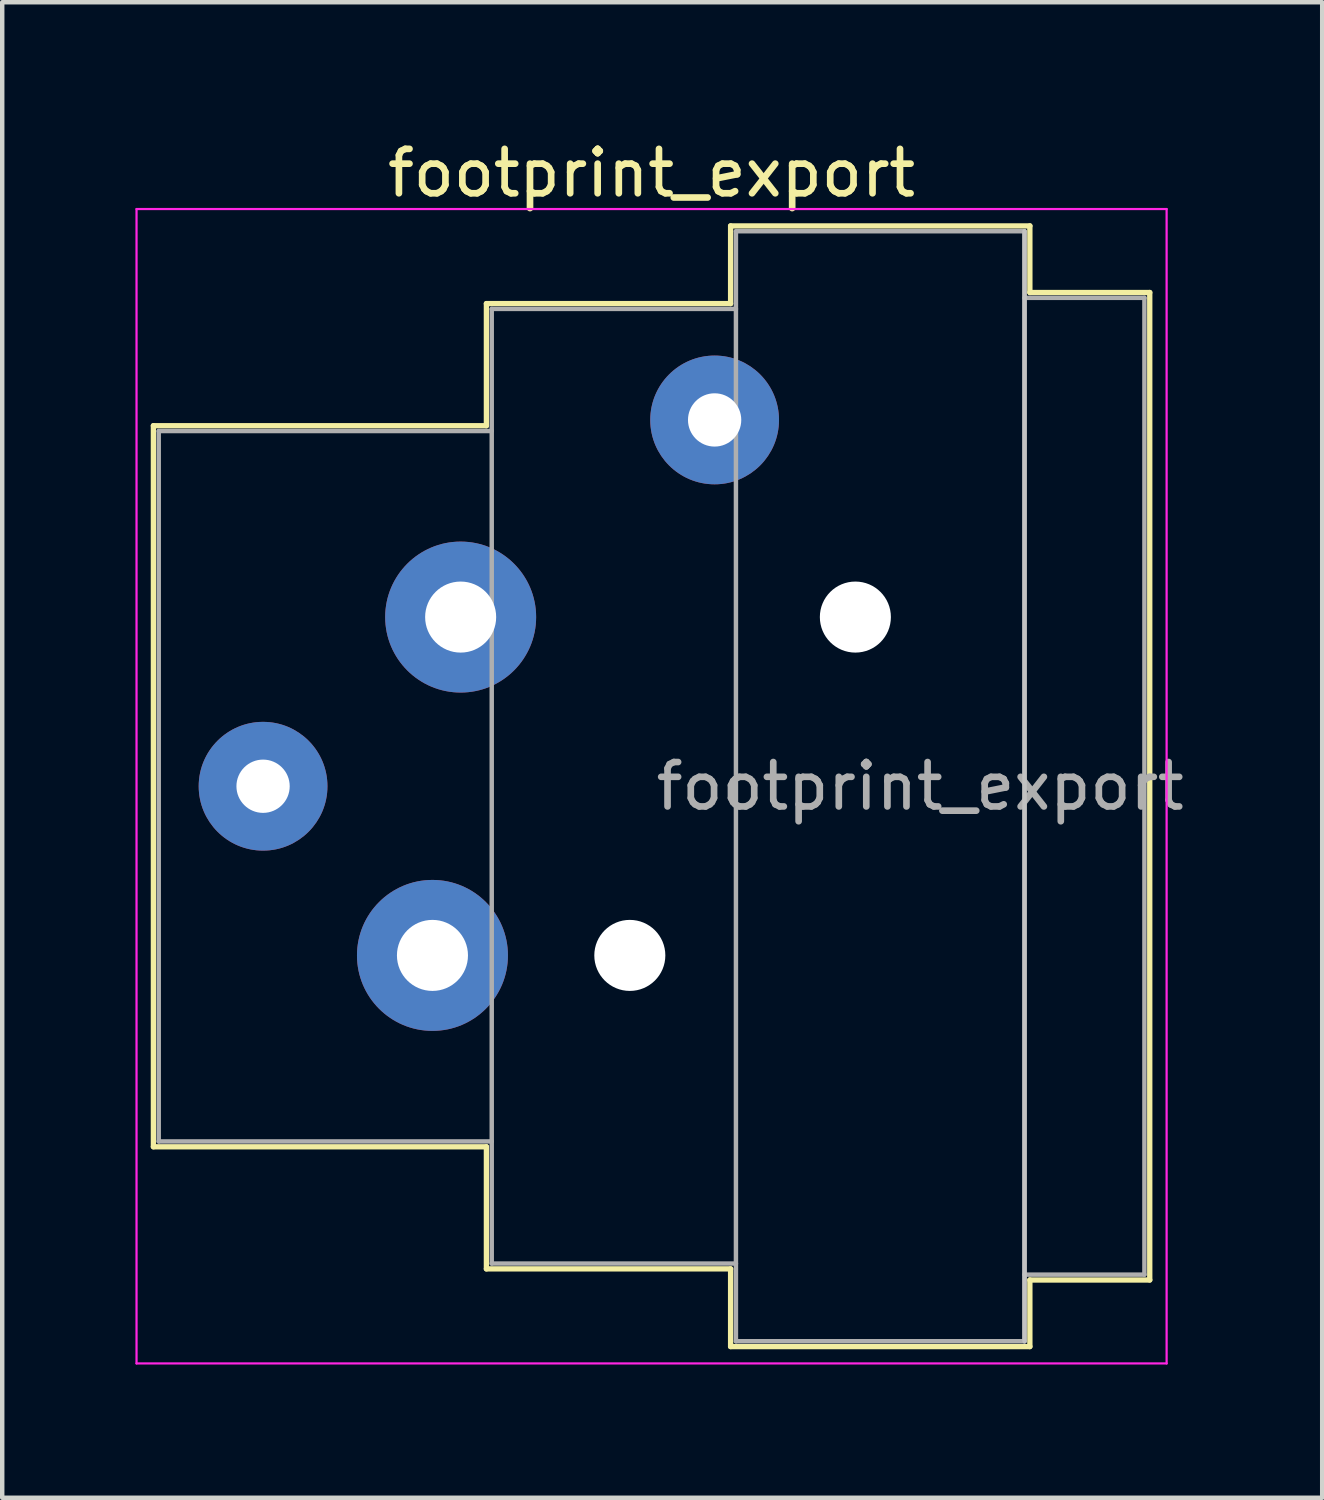
<source format=kicad_pcb>
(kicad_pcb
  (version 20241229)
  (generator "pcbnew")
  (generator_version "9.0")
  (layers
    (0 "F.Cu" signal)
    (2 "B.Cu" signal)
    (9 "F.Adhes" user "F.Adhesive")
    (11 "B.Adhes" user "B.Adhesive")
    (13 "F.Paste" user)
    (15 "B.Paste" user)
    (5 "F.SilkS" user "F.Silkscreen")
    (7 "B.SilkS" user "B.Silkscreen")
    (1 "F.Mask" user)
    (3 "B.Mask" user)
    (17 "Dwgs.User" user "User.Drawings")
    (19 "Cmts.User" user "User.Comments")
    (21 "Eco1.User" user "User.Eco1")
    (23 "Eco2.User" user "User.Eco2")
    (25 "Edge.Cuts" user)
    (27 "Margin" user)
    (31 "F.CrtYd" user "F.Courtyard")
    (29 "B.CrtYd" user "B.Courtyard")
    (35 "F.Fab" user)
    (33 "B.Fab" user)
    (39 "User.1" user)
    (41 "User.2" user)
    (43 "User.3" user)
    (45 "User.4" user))
  (footprint "footprint_export"
    (layer "F.Cu")
    (at 7.325 10.848)
    (property "Reference" "footprint_export" (at 4.3 -10 0) (layer "F.SilkS") (effects (font (size 1 1) (thickness 0.15))))
    (attr through_hole)
    (fp_line (start -6.92 -4.31) (end -6.92 11.93) (stroke (width 0.12) (type solid)) (layer "F.SilkS"))
    (fp_line (start 0.58 -7.06) (end 0.58 -4.31) (stroke (width 0.12) (type solid)) (layer "F.SilkS"))
    (fp_line (start 0.58 -4.31) (end -6.92 -4.31) (stroke (width 0.12) (type solid)) (layer "F.SilkS"))
    (fp_line (start 0.58 11.93) (end -6.92 11.93) (stroke (width 0.12) (type solid)) (layer "F.SilkS"))
    (fp_line (start 0.58 11.93) (end 0.58 14.68) (stroke (width 0.12) (type solid)) (layer "F.SilkS"))
    (fp_line (start 6.08 -7.06) (end 0.58 -7.06) (stroke (width 0.12) (type solid)) (layer "F.SilkS"))
    (fp_line (start 6.08 -7.06) (end 6.08 -8.81) (stroke (width 0.12) (type solid)) (layer "F.SilkS"))
    (fp_line (start 6.08 14.68) (end 0.58 14.68) (stroke (width 0.12) (type solid)) (layer "F.SilkS"))
    (fp_line (start 6.08 16.43) (end 6.08 14.68) (stroke (width 0.12) (type solid)) (layer "F.SilkS"))
    (fp_line (start 12.82 -8.81) (end 6.08 -8.81) (stroke (width 0.12) (type solid)) (layer "F.SilkS"))
    (fp_line (start 12.82 -8.81) (end 12.82 -7.31) (stroke (width 0.12) (type solid)) (layer "F.SilkS"))
    (fp_line (start 12.82 -7.31) (end 15.52 -7.31) (stroke (width 0.12) (type solid)) (layer "F.SilkS"))
    (fp_line (start 12.82 14.93) (end 12.82 16.43) (stroke (width 0.12) (type solid)) (layer "F.SilkS"))
    (fp_line (start 12.82 14.93) (end 15.52 14.93) (stroke (width 0.12) (type solid)) (layer "F.SilkS"))
    (fp_line (start 12.82 16.43) (end 6.08 16.43) (stroke (width 0.12) (type solid)) (layer "F.SilkS"))
    (fp_line (start 15.52 -7.31) (end 15.52 14.93) (stroke (width 0.12) (type solid)) (layer "F.SilkS"))
    (fp_line (start 12.7 -8.69) (end 12.7 16.31) (stroke (width 0.1) (type solid)) (layer "Dwgs.User"))
    (fp_line (start -7.3 -9.19) (end -7.3 16.81) (stroke (width 0.05) (type solid)) (layer "F.CrtYd"))
    (fp_line (start 15.9 -9.19) (end -7.3 -9.19) (stroke (width 0.05) (type solid)) (layer "F.CrtYd"))
    (fp_line (start 15.9 -9.19) (end 15.9 16.81) (stroke (width 0.05) (type solid)) (layer "F.CrtYd"))
    (fp_line (start 15.9 16.81) (end -7.3 16.81) (stroke (width 0.05) (type solid)) (layer "F.CrtYd"))
    (fp_line (start -6.8 -4.19) (end -6.8 11.81) (stroke (width 0.1) (type solid)) (layer "F.Fab"))
    (fp_line (start -6.8 11.81) (end 0.7 11.81) (stroke (width 0.1) (type solid)) (layer "F.Fab"))
    (fp_line (start 0.7 -6.94) (end 0.7 14.56) (stroke (width 0.1) (type solid)) (layer "F.Fab"))
    (fp_line (start 0.7 -4.19) (end -6.8 -4.19) (stroke (width 0.1) (type solid)) (layer "F.Fab"))
    (fp_line (start 0.7 14.56) (end 6.2 14.56) (stroke (width 0.1) (type solid)) (layer "F.Fab"))
    (fp_line (start 6.2 -8.69) (end 12.7 -8.69) (stroke (width 0.1) (type solid)) (layer "F.Fab"))
    (fp_line (start 6.2 -6.94) (end 0.7 -6.94) (stroke (width 0.1) (type solid)) (layer "F.Fab"))
    (fp_line (start 6.2 16.31) (end 6.2 -8.69) (stroke (width 0.1) (type solid)) (layer "F.Fab"))
    (fp_line (start 12.7 -8.69) (end 12.7 16.31) (stroke (width 0.1) (type solid)) (layer "F.Fab"))
    (fp_line (start 12.7 -7.19) (end 15.4 -7.19) (stroke (width 0.1) (type solid)) (layer "F.Fab"))
    (fp_line (start 12.7 16.31) (end 6.2 16.31) (stroke (width 0.1) (type solid)) (layer "F.Fab"))
    (fp_line (start 15.4 -7.19) (end 15.4 14.81) (stroke (width 0.1) (type solid)) (layer "F.Fab"))
    (fp_line (start 15.4 14.81) (end 12.7 14.81) (stroke (width 0.1) (type solid)) (layer "F.Fab"))
    (fp_text user "${REFERENCE}" (at 10.35 3.81 0) (layer "F.Fab") (effects (font (size 1 1) (thickness 0.15))))
    (pad "" np_thru_hole circle (at 3.81 7.62) (size 1.6 1.6) (drill 1.6) (layers "*.Cu" "*.Mask"))
    (pad "" np_thru_hole circle (at 8.89 0) (size 1.6 1.6) (drill 1.6) (layers "*.Cu" "*.Mask"))
    (pad "1" thru_hole circle (at 0 0) (size 3.4 3.4) (drill 1.6) (layers "*.Cu" "*.Mask"))
    (pad "2" thru_hole circle (at -0.635 7.62) (size 3.4 3.4) (drill 1.6) (layers "*.Cu" "*.Mask"))
    (pad "3" thru_hole circle (at -4.45 3.81) (size 2.9 2.9) (drill 1.2) (layers "*.Cu" "*.Mask"))
    (pad "G" thru_hole circle (at 5.72 -4.44) (size 2.9 2.9) (drill 1.2) (layers "*.Cu" "*.Mask")))
  (gr_rect
    (start -3 -3)
    (end 26.729 30.683)
    (stroke (width 0.1) (type default))
    (fill no)
    (layer "Edge.Cuts")))
</source>
